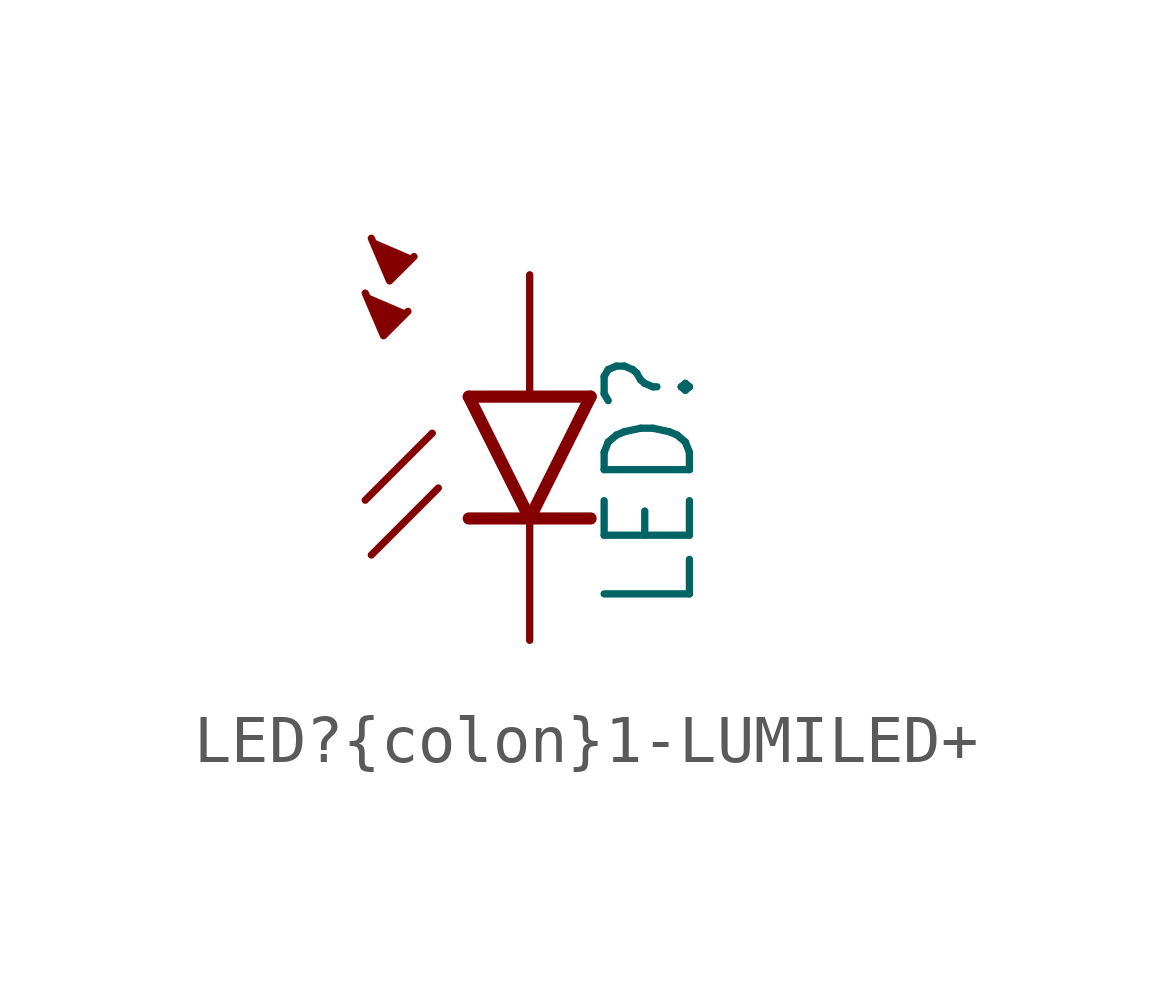
<source format=kicad_sym>
(kicad_symbol_lib
  (version 20241209)
  (generator "kicad_symbol_editor")
  (generator_version "9.0")
  (symbol "LED?{colon}1-LUMILED+"
    (property "Reference" "LED"
      (at 3.556 -4.572 90)
      (effects (font (size 1.778 1.511)) (justify left bottom)))
    (property "Value" ""
      (at 5.715 -4.572 90)
      (effects (font (size 1.778 1.511)) (justify left bottom)))
    (property "ki_locked" ""
      (at 0 0 0)
      (effects (font (size 1.27 1.27))))
    (symbol "LED?{colon}1-LUMILED+_1_0"
      (polyline (pts (xy -3.429 2.159) (xy -3.048 1.27) (xy -2.54 1.778)) (stroke (width 0.152) (type solid)) (fill (type outline)))
      (polyline (pts (xy -3.302 3.302) (xy -2.921 2.413) (xy -2.413 2.921)) (stroke (width 0.152) (type solid)) (fill (type outline)))
      (polyline (pts (xy -2.032 -0.762) (xy -3.429 -2.159)) (stroke (width 0.152) (type solid)) (fill (type none)))
      (polyline (pts (xy -1.905 -1.905) (xy -3.302 -3.302)) (stroke (width 0.152) (type solid)) (fill (type none)))
      (polyline (pts (xy 0 -2.54) (xy -1.27 0)) (stroke (width 0.254) (type solid)) (fill (type none)))
      (polyline (pts (xy 0 -2.54) (xy -1.27 -2.54)) (stroke (width 0.254) (type solid)) (fill (type none)))
      (polyline (pts (xy 1.27 0) (xy -1.27 0)) (stroke (width 0.254) (type solid)) (fill (type none)))
      (polyline (pts (xy 1.27 0) (xy 0 -2.54)) (stroke (width 0.254) (type solid)) (fill (type none)))
      (polyline (pts (xy 1.27 -2.54) (xy 0 -2.54)) (stroke (width 0.254) (type solid)) (fill (type none)))
      (pin passive line (at 0 2.54 270) (length 2.54) (name "A" (effects (font (size 0 0)))) (number "2+" (effects (font (size 0 0)))))
      (pin passive line (at 0 -5.08 90) (length 2.54) (name "C" (effects (font (size 0 0)))) (number "4-" (effects (font (size 0 0))))))))
</source>
